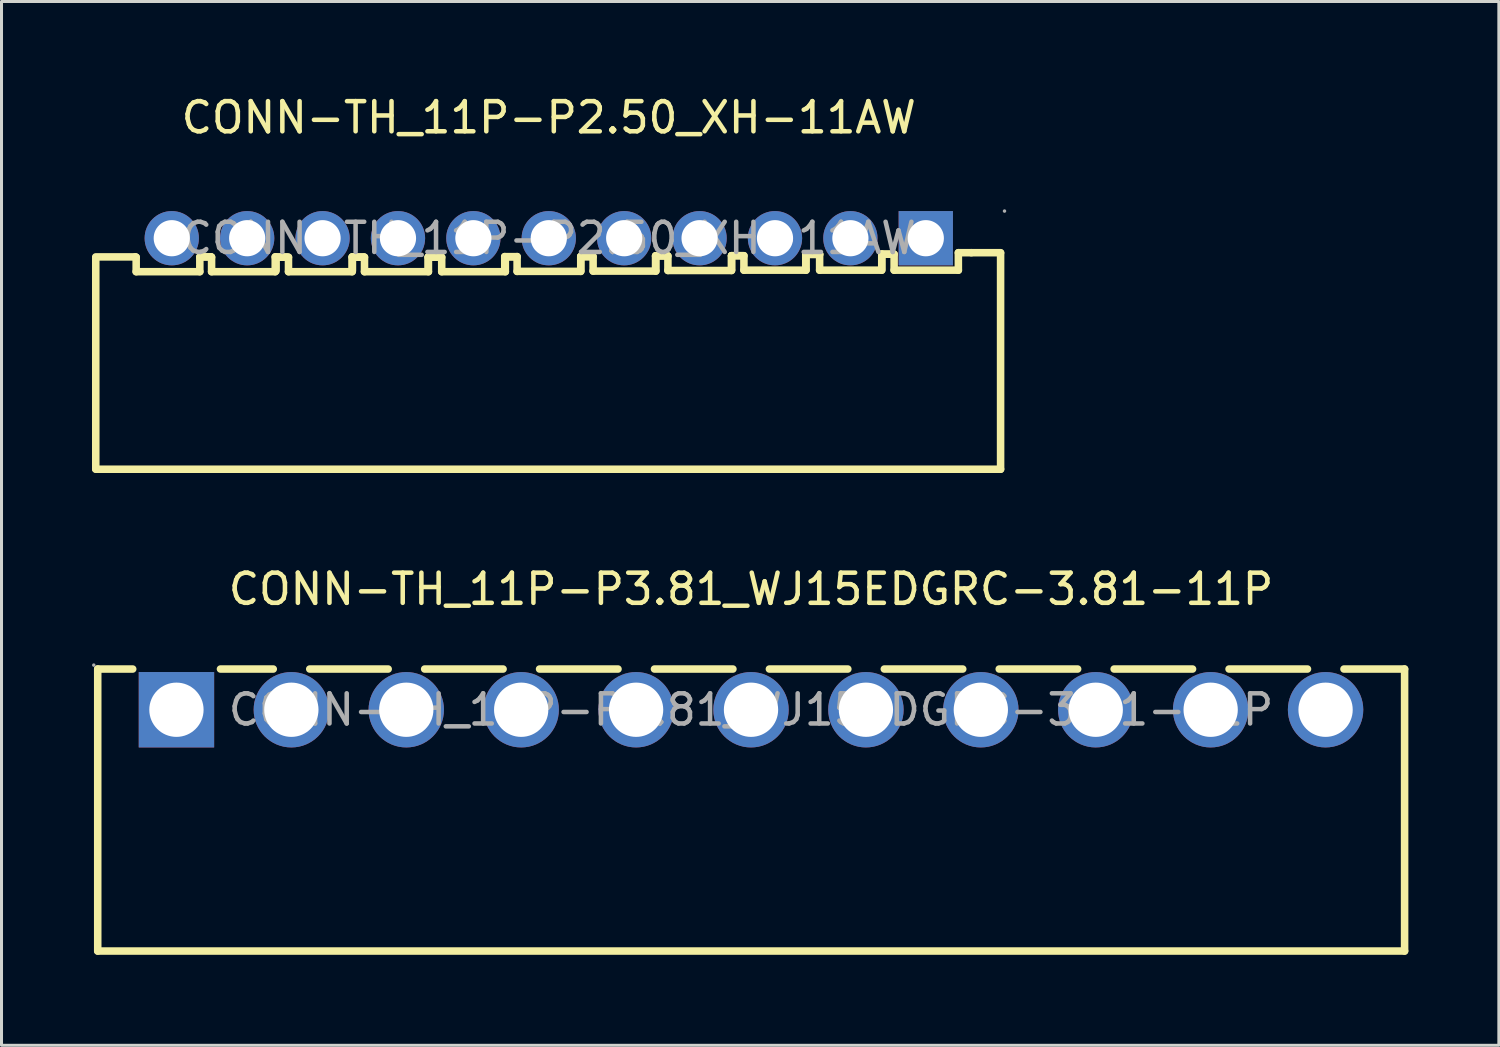
<source format=kicad_pcb>
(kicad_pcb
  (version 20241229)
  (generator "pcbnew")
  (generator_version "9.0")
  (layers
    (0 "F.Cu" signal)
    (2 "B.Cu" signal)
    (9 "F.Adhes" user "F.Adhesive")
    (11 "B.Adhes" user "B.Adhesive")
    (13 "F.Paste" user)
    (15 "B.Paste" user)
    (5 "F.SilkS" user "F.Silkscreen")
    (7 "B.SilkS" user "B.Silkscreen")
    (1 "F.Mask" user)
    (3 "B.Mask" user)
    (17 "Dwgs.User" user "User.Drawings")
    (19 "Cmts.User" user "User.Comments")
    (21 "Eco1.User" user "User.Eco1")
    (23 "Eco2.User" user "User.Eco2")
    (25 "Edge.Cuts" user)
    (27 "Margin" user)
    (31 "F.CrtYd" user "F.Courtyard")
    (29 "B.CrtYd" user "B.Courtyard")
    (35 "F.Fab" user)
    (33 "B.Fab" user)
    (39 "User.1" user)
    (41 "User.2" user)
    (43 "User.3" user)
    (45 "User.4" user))
  (footprint "CONN-TH_11P-P2.50_XH-11AW"
    (layer "F.Cu")
    (at 15.145 4.848)
    (property "Reference" "CONN-TH_11P-P2.50_XH-11AW" (at 0 -4 0) (layer "F.SilkS") (effects (font (size 1 1) (thickness 0.15))))
    (attr through_hole)
    (fp_line (start -15.02 0.65) (end -15.02 7.65) (stroke (width 0.25) (type solid)) (layer "F.SilkS"))
    (fp_line (start -13.71 0.62) (end -15.02 0.62) (stroke (width 0.25) (type solid)) (layer "F.SilkS"))
    (fp_line (start -13.68 0.63) (end -13.71 0.62) (stroke (width 0.25) (type solid)) (layer "F.SilkS"))
    (fp_line (start -13.68 1.11) (end -13.68 0.63) (stroke (width 0.25) (type solid)) (layer "F.SilkS"))
    (fp_line (start -11.57 0.62) (end -11.57 1.11) (stroke (width 0.25) (type solid)) (layer "F.SilkS"))
    (fp_line (start -11.57 1.11) (end -13.68 1.11) (stroke (width 0.25) (type solid)) (layer "F.SilkS"))
    (fp_line (start -11.21 0.62) (end -11.46 0.62) (stroke (width 0.25) (type solid)) (layer "F.SilkS"))
    (fp_line (start -11.19 0.62) (end -11.57 0.62) (stroke (width 0.25) (type solid)) (layer "F.SilkS"))
    (fp_line (start -11.18 0.63) (end -11.21 0.62) (stroke (width 0.25) (type solid)) (layer "F.SilkS"))
    (fp_line (start -11.18 1.11) (end -11.18 0.63) (stroke (width 0.25) (type solid)) (layer "F.SilkS"))
    (fp_line (start -9.07 0.62) (end -9.07 1.11) (stroke (width 0.25) (type solid)) (layer "F.SilkS"))
    (fp_line (start -9.07 1.11) (end -11.18 1.11) (stroke (width 0.25) (type solid)) (layer "F.SilkS"))
    (fp_line (start -9.04 0.63) (end -9.04 1.08) (stroke (width 0.25) (type solid)) (layer "F.SilkS"))
    (fp_line (start -8.69 0.62) (end -9.07 0.62) (stroke (width 0.25) (type solid)) (layer "F.SilkS"))
    (fp_line (start -8.63 0.63) (end -9.04 0.63) (stroke (width 0.25) (type solid)) (layer "F.SilkS"))
    (fp_line (start -8.63 1.11) (end -8.63 0.63) (stroke (width 0.25) (type solid)) (layer "F.SilkS"))
    (fp_line (start -6.52 0.62) (end -6.52 1.11) (stroke (width 0.25) (type solid)) (layer "F.SilkS"))
    (fp_line (start -6.52 1.11) (end -8.63 1.11) (stroke (width 0.25) (type solid)) (layer "F.SilkS"))
    (fp_line (start -6.51 0.63) (end -6.51 1.08) (stroke (width 0.25) (type solid)) (layer "F.SilkS"))
    (fp_line (start -6.14 0.62) (end -6.52 0.62) (stroke (width 0.25) (type solid)) (layer "F.SilkS"))
    (fp_line (start -6.11 0.63) (end -6.51 0.63) (stroke (width 0.25) (type solid)) (layer "F.SilkS"))
    (fp_line (start -6.11 1.11) (end -6.11 0.63) (stroke (width 0.25) (type solid)) (layer "F.SilkS"))
    (fp_line (start -4 0.63) (end -4 1.08) (stroke (width 0.25) (type solid)) (layer "F.SilkS"))
    (fp_line (start -4 1.08) (end -4 1.08) (stroke (width 0.25) (type solid)) (layer "F.SilkS"))
    (fp_line (start -3.99 0.62) (end -3.99 1.11) (stroke (width 0.25) (type solid)) (layer "F.SilkS"))
    (fp_line (start -3.99 1.11) (end -6.11 1.11) (stroke (width 0.25) (type solid)) (layer "F.SilkS"))
    (fp_line (start -3.61 0.62) (end -3.99 0.62) (stroke (width 0.25) (type solid)) (layer "F.SilkS"))
    (fp_line (start -3.55 0.63) (end -4 0.63) (stroke (width 0.25) (type solid)) (layer "F.SilkS"))
    (fp_line (start -3.55 1.11) (end -3.55 0.63) (stroke (width 0.25) (type solid)) (layer "F.SilkS"))
    (fp_line (start -1.46 0.61) (end -1.46 1.07) (stroke (width 0.25) (type solid)) (layer "F.SilkS"))
    (fp_line (start -1.44 0.62) (end -1.44 1.11) (stroke (width 0.25) (type solid)) (layer "F.SilkS"))
    (fp_line (start -1.44 1.11) (end -3.55 1.11) (stroke (width 0.25) (type solid)) (layer "F.SilkS"))
    (fp_line (start -1.06 0.62) (end -1.44 0.62) (stroke (width 0.25) (type solid)) (layer "F.SilkS"))
    (fp_line (start -1.05 0.61) (end -1.46 0.61) (stroke (width 0.25) (type solid)) (layer "F.SilkS"))
    (fp_line (start -1.05 1.1) (end -1.05 0.61) (stroke (width 0.25) (type solid)) (layer "F.SilkS"))
    (fp_line (start 1.06 0.61) (end 1.06 1.06) (stroke (width 0.25) (type solid)) (layer "F.SilkS"))
    (fp_line (start 1.06 0.61) (end 1.06 1.1) (stroke (width 0.25) (type solid)) (layer "F.SilkS"))
    (fp_line (start 1.06 1.1) (end -1.05 1.1) (stroke (width 0.25) (type solid)) (layer "F.SilkS"))
    (fp_line (start 1.44 0.61) (end 1.06 0.61) (stroke (width 0.25) (type solid)) (layer "F.SilkS"))
    (fp_line (start 1.47 0.61) (end 1.06 0.61) (stroke (width 0.25) (type solid)) (layer "F.SilkS"))
    (fp_line (start 1.47 1.09) (end 1.47 0.61) (stroke (width 0.25) (type solid)) (layer "F.SilkS"))
    (fp_line (start 3.54 0.59) (end 3.54 1.04) (stroke (width 0.25) (type solid)) (layer "F.SilkS"))
    (fp_line (start 3.55 0.58) (end 3.55 1.09) (stroke (width 0.25) (type solid)) (layer "F.SilkS"))
    (fp_line (start 3.55 1.09) (end 1.47 1.09) (stroke (width 0.25) (type solid)) (layer "F.SilkS"))
    (fp_line (start 3.93 0.58) (end 3.55 0.58) (stroke (width 0.25) (type solid)) (layer "F.SilkS"))
    (fp_line (start 3.95 0.59) (end 3.54 0.59) (stroke (width 0.25) (type solid)) (layer "F.SilkS"))
    (fp_line (start 3.95 1.07) (end 3.95 0.59) (stroke (width 0.25) (type solid)) (layer "F.SilkS"))
    (fp_line (start 6.06 0.58) (end 6.06 1.04) (stroke (width 0.25) (type solid)) (layer "F.SilkS"))
    (fp_line (start 6.06 0.58) (end 6.06 1.07) (stroke (width 0.25) (type solid)) (layer "F.SilkS"))
    (fp_line (start 6.06 1.07) (end 3.95 1.07) (stroke (width 0.25) (type solid)) (layer "F.SilkS"))
    (fp_line (start 6.44 0.58) (end 6.06 0.58) (stroke (width 0.25) (type solid)) (layer "F.SilkS"))
    (fp_line (start 6.47 0.58) (end 6.06 0.58) (stroke (width 0.25) (type solid)) (layer "F.SilkS"))
    (fp_line (start 6.47 1.06) (end 6.47 0.58) (stroke (width 0.25) (type solid)) (layer "F.SilkS"))
    (fp_line (start 8.52 0.54) (end 8.52 0.99) (stroke (width 0.25) (type solid)) (layer "F.SilkS"))
    (fp_line (start 8.53 0.53) (end 8.53 1.06) (stroke (width 0.25) (type solid)) (layer "F.SilkS"))
    (fp_line (start 8.53 1.06) (end 6.47 1.06) (stroke (width 0.25) (type solid)) (layer "F.SilkS"))
    (fp_line (start 8.98 0.53) (end 8.53 0.53) (stroke (width 0.25) (type solid)) (layer "F.SilkS"))
    (fp_line (start 8.98 0.54) (end 8.52 0.54) (stroke (width 0.25) (type solid)) (layer "F.SilkS"))
    (fp_line (start 8.98 1.06) (end 8.98 0.54) (stroke (width 0.25) (type solid)) (layer "F.SilkS"))
    (fp_line (start 11.04 0.53) (end 11.04 0.99) (stroke (width 0.25) (type solid)) (layer "F.SilkS"))
    (fp_line (start 11.04 0.53) (end 11.04 1.06) (stroke (width 0.25) (type solid)) (layer "F.SilkS"))
    (fp_line (start 11.04 1.06) (end 8.98 1.06) (stroke (width 0.25) (type solid)) (layer "F.SilkS"))
    (fp_line (start 11.42 0.53) (end 11.04 0.53) (stroke (width 0.25) (type solid)) (layer "F.SilkS"))
    (fp_line (start 11.45 0.53) (end 11.04 0.53) (stroke (width 0.25) (type solid)) (layer "F.SilkS"))
    (fp_line (start 11.45 1.06) (end 11.45 0.53) (stroke (width 0.25) (type solid)) (layer "F.SilkS"))
    (fp_line (start 13.58 0.48) (end 13.58 1.06) (stroke (width 0.25) (type solid)) (layer "F.SilkS"))
    (fp_line (start 13.58 1.06) (end 11.45 1.06) (stroke (width 0.25) (type solid)) (layer "F.SilkS"))
    (fp_line (start 14.01 0.48) (end 13.58 0.48) (stroke (width 0.25) (type solid)) (layer "F.SilkS"))
    (fp_line (start 14.98 0.48) (end 14.01 0.48) (stroke (width 0.25) (type solid)) (layer "F.SilkS"))
    (fp_line (start 14.98 0.49) (end 14.98 7.66) (stroke (width 0.25) (type solid)) (layer "F.SilkS"))
    (fp_line (start 14.98 7.66) (end -15.02 7.66) (stroke (width 0.25) (type solid)) (layer "F.SilkS"))
    (fp_circle (center -12.5 0) (end -12.25 0) (stroke (width 0.5) (type solid)) (fill no) (layer "F.Fab"))
    (fp_circle (center -10 0) (end -9.75 0) (stroke (width 0.5) (type solid)) (fill no) (layer "F.Fab"))
    (fp_circle (center -7.5 0) (end -7.25 0) (stroke (width 0.5) (type solid)) (fill no) (layer "F.Fab"))
    (fp_circle (center -5 0) (end -4.75 0) (stroke (width 0.5) (type solid)) (fill no) (layer "F.Fab"))
    (fp_circle (center -2.5 0) (end -2.25 0) (stroke (width 0.5) (type solid)) (fill no) (layer "F.Fab"))
    (fp_circle (center 0 0) (end 0.25 0) (stroke (width 0.5) (type solid)) (fill no) (layer "F.Fab"))
    (fp_circle (center 2.5 0) (end 2.75 0) (stroke (width 0.5) (type solid)) (fill no) (layer "F.Fab"))
    (fp_circle (center 5 0) (end 5.25 0) (stroke (width 0.5) (type solid)) (fill no) (layer "F.Fab"))
    (fp_circle (center 7.5 0) (end 7.75 0) (stroke (width 0.5) (type solid)) (fill no) (layer "F.Fab"))
    (fp_circle (center 10 0) (end 10.25 0) (stroke (width 0.5) (type solid)) (fill no) (layer "F.Fab"))
    (fp_circle (center 12.5 0) (end 12.75 0) (stroke (width 0.5) (type solid)) (fill no) (layer "F.Fab"))
    (fp_circle (center 15.11 -0.9) (end 15.14 -0.9) (stroke (width 0.06) (type solid)) (fill no) (layer "F.Fab"))
    (fp_text user "${REFERENCE}" (at 0 0 0) (layer "F.Fab") (effects (font (size 1 1) (thickness 0.15))))
    (pad "1" thru_hole rect (at 12.5 0 180) (size 1.8 1.8) (drill 1.2) (layers "*.Cu" "*.Paste" "*.Mask"))
    (pad "2" thru_hole circle (at 10 0 180) (size 1.8 1.8) (drill 1.2) (layers "*.Cu" "*.Paste" "*.Mask"))
    (pad "3" thru_hole circle (at 7.5 0 180) (size 1.8 1.8) (drill 1.2) (layers "*.Cu" "*.Paste" "*.Mask"))
    (pad "4" thru_hole circle (at 5 0 180) (size 1.8 1.8) (drill 1.2) (layers "*.Cu" "*.Paste" "*.Mask"))
    (pad "5" thru_hole circle (at 2.5 0 180) (size 1.8 1.8) (drill 1.2) (layers "*.Cu" "*.Paste" "*.Mask"))
    (pad "6" thru_hole circle (at 0 0 180) (size 1.8 1.8) (drill 1.2) (layers "*.Cu" "*.Paste" "*.Mask"))
    (pad "7" thru_hole circle (at -2.5 0 180) (size 1.8 1.8) (drill 1.2) (layers "*.Cu" "*.Paste" "*.Mask"))
    (pad "8" thru_hole circle (at -5 0 180) (size 1.8 1.8) (drill 1.2) (layers "*.Cu" "*.Paste" "*.Mask"))
    (pad "9" thru_hole circle (at -7.5 0 180) (size 1.8 1.8) (drill 1.2) (layers "*.Cu" "*.Paste" "*.Mask"))
    (pad "10" thru_hole circle (at -10 0 180) (size 1.8 1.8) (drill 1.2) (layers "*.Cu" "*.Paste" "*.Mask"))
    (pad "11" thru_hole circle (at -12.5 0 180) (size 1.8 1.8) (drill 1.2) (layers "*.Cu" "*.Paste" "*.Mask")))
  (footprint "CONN-TH_11P-P3.81_WJ15EDGRC-3.81-11P"
    (layer "F.Cu")
    (at 21.85 20.482)
    (property "Reference" "CONN-TH_11P-P3.81_WJ15EDGRC-3.81-11P" (at 0 -4 0) (layer "F.SilkS") (effects (font (size 1 1) (thickness 0.15))))
    (attr through_hole)
    (fp_line (start -21.66 -1.35) (end -21.66 8) (stroke (width 0.25) (type solid)) (layer "F.SilkS"))
    (fp_line (start -21.66 -1.35) (end -20.5 -1.35) (stroke (width 0.25) (type solid)) (layer "F.SilkS"))
    (fp_line (start -21.66 8) (end 21.67 8) (stroke (width 0.25) (type solid)) (layer "F.SilkS"))
    (fp_line (start -17.59 -1.35) (end -15.84 -1.35) (stroke (width 0.25) (type solid)) (layer "F.SilkS"))
    (fp_line (start -14.63 -1.35) (end -12.03 -1.35) (stroke (width 0.25) (type solid)) (layer "F.SilkS"))
    (fp_line (start -10.82 -1.35) (end -8.22 -1.35) (stroke (width 0.25) (type solid)) (layer "F.SilkS"))
    (fp_line (start -7.01 -1.35) (end -4.41 -1.35) (stroke (width 0.25) (type solid)) (layer "F.SilkS"))
    (fp_line (start -3.2 -1.35) (end -0.6 -1.35) (stroke (width 0.25) (type solid)) (layer "F.SilkS"))
    (fp_line (start 0.61 -1.35) (end 3.21 -1.35) (stroke (width 0.25) (type solid)) (layer "F.SilkS"))
    (fp_line (start 4.42 -1.35) (end 7.02 -1.35) (stroke (width 0.25) (type solid)) (layer "F.SilkS"))
    (fp_line (start 8.23 -1.35) (end 10.83 -1.35) (stroke (width 0.25) (type solid)) (layer "F.SilkS"))
    (fp_line (start 12.04 -1.35) (end 14.64 -1.35) (stroke (width 0.25) (type solid)) (layer "F.SilkS"))
    (fp_line (start 15.85 -1.35) (end 18.45 -1.35) (stroke (width 0.25) (type solid)) (layer "F.SilkS"))
    (fp_line (start 19.66 -1.35) (end 21.67 -1.35) (stroke (width 0.25) (type solid)) (layer "F.SilkS"))
    (fp_line (start 21.67 8) (end 21.67 -1.35) (stroke (width 0.25) (type solid)) (layer "F.SilkS"))
    (fp_circle (center -21.79 -1.48) (end -21.76 -1.48) (stroke (width 0.06) (type solid)) (fill no) (layer "F.Fab"))
    (fp_circle (center -19.05 0) (end -18.65 0) (stroke (width 0.8) (type solid)) (fill no) (layer "F.Fab"))
    (fp_circle (center -15.24 0) (end -14.84 0) (stroke (width 0.8) (type solid)) (fill no) (layer "F.Fab"))
    (fp_circle (center -11.43 0) (end -11.03 0) (stroke (width 0.8) (type solid)) (fill no) (layer "F.Fab"))
    (fp_circle (center -7.62 0) (end -7.22 0) (stroke (width 0.8) (type solid)) (fill no) (layer "F.Fab"))
    (fp_circle (center -3.81 0) (end -3.41 0) (stroke (width 0.8) (type solid)) (fill no) (layer "F.Fab"))
    (fp_circle (center 0 0) (end 0.4 0) (stroke (width 0.8) (type solid)) (fill no) (layer "F.Fab"))
    (fp_circle (center 3.81 0) (end 4.21 0) (stroke (width 0.8) (type solid)) (fill no) (layer "F.Fab"))
    (fp_circle (center 7.62 0) (end 8.02 0) (stroke (width 0.8) (type solid)) (fill no) (layer "F.Fab"))
    (fp_circle (center 11.43 0) (end 11.83 0) (stroke (width 0.8) (type solid)) (fill no) (layer "F.Fab"))
    (fp_circle (center 15.24 0) (end 15.64 0) (stroke (width 0.8) (type solid)) (fill no) (layer "F.Fab"))
    (fp_circle (center 19.05 0) (end 19.45 0) (stroke (width 0.8) (type solid)) (fill no) (layer "F.Fab"))
    (fp_text user "${REFERENCE}" (at 0 0 0) (layer "F.Fab") (effects (font (size 1 1) (thickness 0.15))))
    (pad "1" thru_hole rect (at -19.05 0) (size 2.5 2.5) (drill 1.8) (layers "*.Cu" "*.Paste" "*.Mask"))
    (pad "2" thru_hole circle (at -15.24 0) (size 2.5 2.5) (drill 1.8) (layers "*.Cu" "*.Paste" "*.Mask"))
    (pad "3" thru_hole circle (at -11.43 0) (size 2.5 2.5) (drill 1.8) (layers "*.Cu" "*.Paste" "*.Mask"))
    (pad "4" thru_hole circle (at -7.62 0) (size 2.5 2.5) (drill 1.8) (layers "*.Cu" "*.Paste" "*.Mask"))
    (pad "5" thru_hole circle (at -3.81 0) (size 2.5 2.5) (drill 1.8) (layers "*.Cu" "*.Paste" "*.Mask"))
    (pad "6" thru_hole circle (at 0 0) (size 2.5 2.5) (drill 1.8) (layers "*.Cu" "*.Paste" "*.Mask"))
    (pad "7" thru_hole circle (at 3.81 0) (size 2.5 2.5) (drill 1.8) (layers "*.Cu" "*.Paste" "*.Mask"))
    (pad "8" thru_hole circle (at 7.62 0) (size 2.5 2.5) (drill 1.8) (layers "*.Cu" "*.Paste" "*.Mask"))
    (pad "9" thru_hole circle (at 11.43 0) (size 2.5 2.5) (drill 1.8) (layers "*.Cu" "*.Paste" "*.Mask"))
    (pad "10" thru_hole circle (at 15.24 0) (size 2.5 2.5) (drill 1.8) (layers "*.Cu" "*.Paste" "*.Mask"))
    (pad "11" thru_hole circle (at 19.05 0) (size 2.5 2.5) (drill 1.8) (layers "*.Cu" "*.Paste" "*.Mask")))
  (gr_rect
    (start -3 -3)
    (end 46.645 31.607)
    (stroke (width 0.1) (type default))
    (fill no)
    (layer "Edge.Cuts")))
</source>
